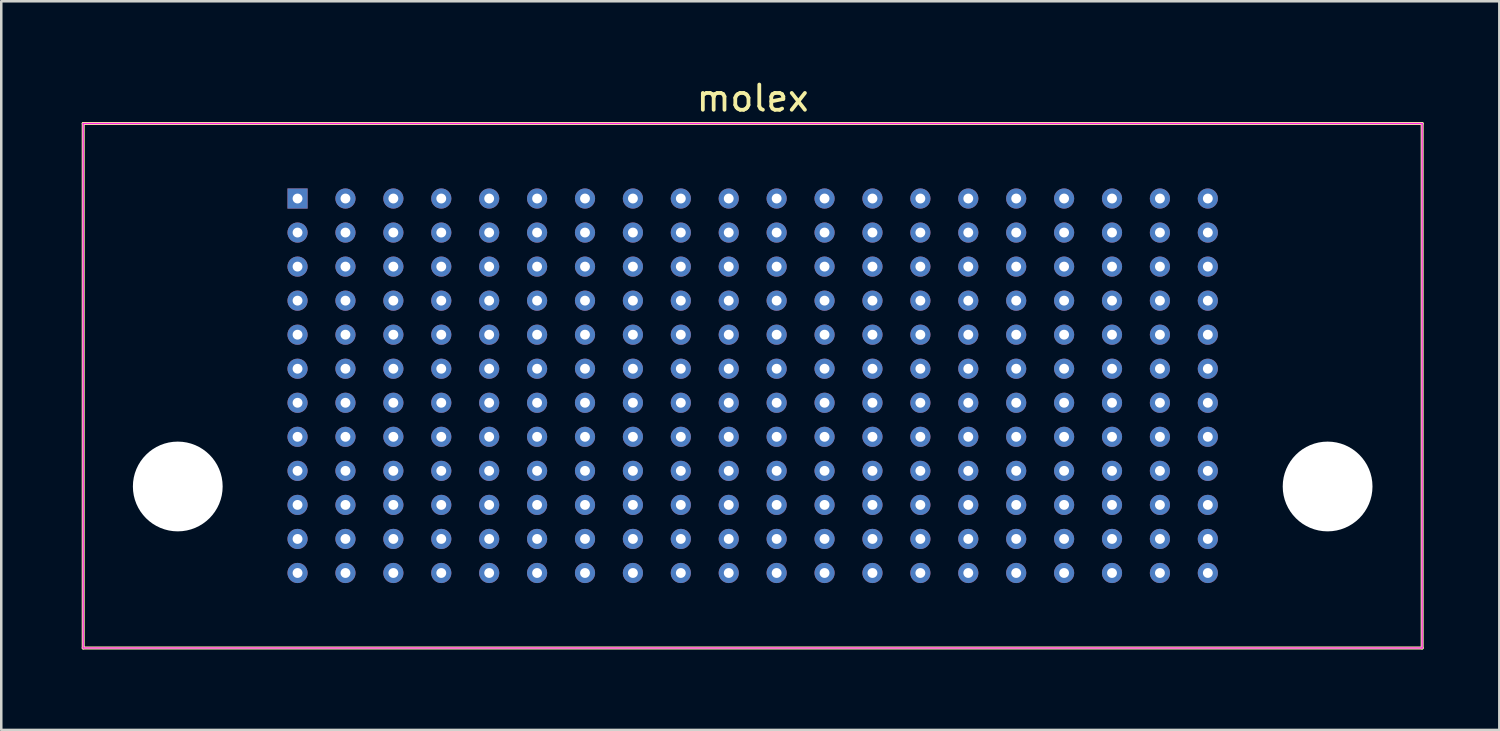
<source format=kicad_pcb>
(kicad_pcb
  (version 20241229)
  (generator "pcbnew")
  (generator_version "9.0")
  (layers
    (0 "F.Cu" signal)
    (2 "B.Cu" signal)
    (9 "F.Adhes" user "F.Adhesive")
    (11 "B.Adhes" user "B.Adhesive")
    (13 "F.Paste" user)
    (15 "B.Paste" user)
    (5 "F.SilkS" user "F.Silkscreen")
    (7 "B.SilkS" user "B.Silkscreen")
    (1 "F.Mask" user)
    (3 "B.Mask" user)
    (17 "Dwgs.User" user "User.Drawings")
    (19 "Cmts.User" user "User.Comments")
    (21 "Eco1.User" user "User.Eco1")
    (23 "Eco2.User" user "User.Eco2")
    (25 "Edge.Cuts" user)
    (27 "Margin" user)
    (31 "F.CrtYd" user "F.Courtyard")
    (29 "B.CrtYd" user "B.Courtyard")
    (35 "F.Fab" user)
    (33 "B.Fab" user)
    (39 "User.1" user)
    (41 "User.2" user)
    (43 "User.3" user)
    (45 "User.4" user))
  (footprint "molex"
    (layer "F.Cu")
    (at 0.25 22.648)
    (property "Reference" "molex" (at 26.55 -21.8 0) (layer "F.SilkS") (effects (font (size 1 1) (thickness 0.15))))
    (attr through_hole)
    (fp_line (start 0 -20.8) (end 53.1 -20.8) (stroke (width 0.12) (type solid)) (layer "F.SilkS"))
    (fp_line (start 0 0) (end 0 -20.8) (stroke (width 0.12) (type solid)) (layer "F.SilkS"))
    (fp_line (start 53.1 -20.8) (end 53.1 0) (stroke (width 0.12) (type solid)) (layer "F.SilkS"))
    (fp_line (start 53.1 0) (end 0 0) (stroke (width 0.12) (type solid)) (layer "F.SilkS"))
    (fp_line (start 0 -20.8) (end 53.1 -20.8) (stroke (width 0.05) (type solid)) (layer "F.CrtYd"))
    (fp_line (start 0 0) (end 0 -20.8) (stroke (width 0.05) (type solid)) (layer "F.CrtYd"))
    (fp_line (start 53.1 -20.8) (end 53.1 0) (stroke (width 0.05) (type solid)) (layer "F.CrtYd"))
    (fp_line (start 53.1 0) (end 0 0) (stroke (width 0.05) (type solid)) (layer "F.CrtYd"))
    (pad "" np_thru_hole circle (at 3.75 -6.405) (size 3.56 3.56) (drill 3.56) (layers "*.Cu" "*.Mask"))
    (pad "" np_thru_hole circle (at 49.35 -6.405) (size 3.56 3.56) (drill 3.56) (layers "*.Cu" "*.Mask"))
    (pad "1" thru_hole rect (at 8.5 -17.825) (size 0.8 0.8) (drill 0.39) (layers "*.Cu" "*.Mask"))
    (pad "2" thru_hole circle (at 8.5 -16.475) (size 0.8 0.8) (drill 0.39) (layers "*.Cu" "*.Mask"))
    (pad "3" thru_hole circle (at 8.5 -15.125) (size 0.8 0.8) (drill 0.39) (layers "*.Cu" "*.Mask"))
    (pad "4" thru_hole circle (at 8.5 -13.775) (size 0.8 0.8) (drill 0.39) (layers "*.Cu" "*.Mask"))
    (pad "5" thru_hole circle (at 8.5 -12.425) (size 0.8 0.8) (drill 0.39) (layers "*.Cu" "*.Mask"))
    (pad "6" thru_hole circle (at 8.5 -11.075) (size 0.8 0.8) (drill 0.39) (layers "*.Cu" "*.Mask"))
    (pad "7" thru_hole circle (at 8.5 -9.725) (size 0.8 0.8) (drill 0.39) (layers "*.Cu" "*.Mask"))
    (pad "8" thru_hole circle (at 8.5 -8.375) (size 0.8 0.8) (drill 0.39) (layers "*.Cu" "*.Mask"))
    (pad "9" thru_hole circle (at 8.5 -7.025) (size 0.8 0.8) (drill 0.39) (layers "*.Cu" "*.Mask"))
    (pad "10" thru_hole circle (at 8.5 -5.675) (size 0.8 0.8) (drill 0.39) (layers "*.Cu" "*.Mask"))
    (pad "11" thru_hole circle (at 8.5 -4.325) (size 0.8 0.8) (drill 0.39) (layers "*.Cu" "*.Mask"))
    (pad "12" thru_hole circle (at 8.5 -2.975) (size 0.8 0.8) (drill 0.39) (layers "*.Cu" "*.Mask"))
    (pad "13" thru_hole circle (at 10.4 -17.825) (size 0.8 0.8) (drill 0.39) (layers "*.Cu" "*.Mask"))
    (pad "14" thru_hole circle (at 10.4 -16.475) (size 0.8 0.8) (drill 0.39) (layers "*.Cu" "*.Mask"))
    (pad "15" thru_hole circle (at 10.4 -15.125) (size 0.8 0.8) (drill 0.39) (layers "*.Cu" "*.Mask"))
    (pad "16" thru_hole circle (at 10.4 -13.775) (size 0.8 0.8) (drill 0.39) (layers "*.Cu" "*.Mask"))
    (pad "17" thru_hole circle (at 10.4 -12.425) (size 0.8 0.8) (drill 0.39) (layers "*.Cu" "*.Mask"))
    (pad "18" thru_hole circle (at 10.4 -11.075) (size 0.8 0.8) (drill 0.39) (layers "*.Cu" "*.Mask"))
    (pad "19" thru_hole circle (at 10.4 -9.725) (size 0.8 0.8) (drill 0.39) (layers "*.Cu" "*.Mask"))
    (pad "20" thru_hole circle (at 10.4 -8.375) (size 0.8 0.8) (drill 0.39) (layers "*.Cu" "*.Mask"))
    (pad "21" thru_hole circle (at 10.4 -7.025) (size 0.8 0.8) (drill 0.39) (layers "*.Cu" "*.Mask"))
    (pad "22" thru_hole circle (at 10.4 -5.675) (size 0.8 0.8) (drill 0.39) (layers "*.Cu" "*.Mask"))
    (pad "23" thru_hole circle (at 10.4 -4.325) (size 0.8 0.8) (drill 0.39) (layers "*.Cu" "*.Mask"))
    (pad "24" thru_hole circle (at 10.4 -2.975) (size 0.8 0.8) (drill 0.39) (layers "*.Cu" "*.Mask"))
    (pad "25" thru_hole circle (at 12.3 -17.825) (size 0.8 0.8) (drill 0.39) (layers "*.Cu" "*.Mask"))
    (pad "26" thru_hole circle (at 12.3 -16.475) (size 0.8 0.8) (drill 0.39) (layers "*.Cu" "*.Mask"))
    (pad "27" thru_hole circle (at 12.3 -15.125) (size 0.8 0.8) (drill 0.39) (layers "*.Cu" "*.Mask"))
    (pad "28" thru_hole circle (at 12.3 -13.775) (size 0.8 0.8) (drill 0.39) (layers "*.Cu" "*.Mask"))
    (pad "29" thru_hole circle (at 12.3 -12.425) (size 0.8 0.8) (drill 0.39) (layers "*.Cu" "*.Mask"))
    (pad "30" thru_hole circle (at 12.3 -11.075) (size 0.8 0.8) (drill 0.39) (layers "*.Cu" "*.Mask"))
    (pad "31" thru_hole circle (at 12.3 -9.725) (size 0.8 0.8) (drill 0.39) (layers "*.Cu" "*.Mask"))
    (pad "32" thru_hole circle (at 12.3 -8.375) (size 0.8 0.8) (drill 0.39) (layers "*.Cu" "*.Mask"))
    (pad "33" thru_hole circle (at 12.3 -7.025) (size 0.8 0.8) (drill 0.39) (layers "*.Cu" "*.Mask"))
    (pad "34" thru_hole circle (at 12.3 -5.675) (size 0.8 0.8) (drill 0.39) (layers "*.Cu" "*.Mask"))
    (pad "35" thru_hole circle (at 12.3 -4.325) (size 0.8 0.8) (drill 0.39) (layers "*.Cu" "*.Mask"))
    (pad "36" thru_hole circle (at 12.3 -2.975) (size 0.8 0.8) (drill 0.39) (layers "*.Cu" "*.Mask"))
    (pad "37" thru_hole circle (at 14.2 -17.825) (size 0.8 0.8) (drill 0.39) (layers "*.Cu" "*.Mask"))
    (pad "38" thru_hole circle (at 14.2 -16.475) (size 0.8 0.8) (drill 0.39) (layers "*.Cu" "*.Mask"))
    (pad "39" thru_hole circle (at 14.2 -15.125) (size 0.8 0.8) (drill 0.39) (layers "*.Cu" "*.Mask"))
    (pad "40" thru_hole circle (at 14.2 -13.775) (size 0.8 0.8) (drill 0.39) (layers "*.Cu" "*.Mask"))
    (pad "41" thru_hole circle (at 14.2 -12.425) (size 0.8 0.8) (drill 0.39) (layers "*.Cu" "*.Mask"))
    (pad "42" thru_hole circle (at 14.2 -11.075) (size 0.8 0.8) (drill 0.39) (layers "*.Cu" "*.Mask"))
    (pad "43" thru_hole circle (at 14.2 -9.725) (size 0.8 0.8) (drill 0.39) (layers "*.Cu" "*.Mask"))
    (pad "44" thru_hole circle (at 14.2 -8.375) (size 0.8 0.8) (drill 0.39) (layers "*.Cu" "*.Mask"))
    (pad "45" thru_hole circle (at 14.2 -7.025) (size 0.8 0.8) (drill 0.39) (layers "*.Cu" "*.Mask"))
    (pad "46" thru_hole circle (at 14.2 -5.675) (size 0.8 0.8) (drill 0.39) (layers "*.Cu" "*.Mask"))
    (pad "47" thru_hole circle (at 14.2 -4.325) (size 0.8 0.8) (drill 0.39) (layers "*.Cu" "*.Mask"))
    (pad "48" thru_hole circle (at 14.2 -2.975) (size 0.8 0.8) (drill 0.39) (layers "*.Cu" "*.Mask"))
    (pad "49" thru_hole circle (at 16.1 -17.825) (size 0.8 0.8) (drill 0.39) (layers "*.Cu" "*.Mask"))
    (pad "50" thru_hole circle (at 16.1 -16.475) (size 0.8 0.8) (drill 0.39) (layers "*.Cu" "*.Mask"))
    (pad "51" thru_hole circle (at 16.1 -15.125) (size 0.8 0.8) (drill 0.39) (layers "*.Cu" "*.Mask"))
    (pad "52" thru_hole circle (at 16.1 -13.775) (size 0.8 0.8) (drill 0.39) (layers "*.Cu" "*.Mask"))
    (pad "53" thru_hole circle (at 16.1 -12.425) (size 0.8 0.8) (drill 0.39) (layers "*.Cu" "*.Mask"))
    (pad "54" thru_hole circle (at 16.1 -11.075) (size 0.8 0.8) (drill 0.39) (layers "*.Cu" "*.Mask"))
    (pad "55" thru_hole circle (at 16.1 -9.725) (size 0.8 0.8) (drill 0.39) (layers "*.Cu" "*.Mask"))
    (pad "56" thru_hole circle (at 16.1 -8.375) (size 0.8 0.8) (drill 0.39) (layers "*.Cu" "*.Mask"))
    (pad "57" thru_hole circle (at 16.1 -7.025) (size 0.8 0.8) (drill 0.39) (layers "*.Cu" "*.Mask"))
    (pad "58" thru_hole circle (at 16.1 -5.675) (size 0.8 0.8) (drill 0.39) (layers "*.Cu" "*.Mask"))
    (pad "59" thru_hole circle (at 16.1 -4.325) (size 0.8 0.8) (drill 0.39) (layers "*.Cu" "*.Mask"))
    (pad "60" thru_hole circle (at 16.1 -2.975) (size 0.8 0.8) (drill 0.39) (layers "*.Cu" "*.Mask"))
    (pad "61" thru_hole circle (at 18 -17.825) (size 0.8 0.8) (drill 0.39) (layers "*.Cu" "*.Mask"))
    (pad "62" thru_hole circle (at 18 -16.475) (size 0.8 0.8) (drill 0.39) (layers "*.Cu" "*.Mask"))
    (pad "63" thru_hole circle (at 18 -15.125) (size 0.8 0.8) (drill 0.39) (layers "*.Cu" "*.Mask"))
    (pad "64" thru_hole circle (at 18 -13.775) (size 0.8 0.8) (drill 0.39) (layers "*.Cu" "*.Mask"))
    (pad "65" thru_hole circle (at 18 -12.425) (size 0.8 0.8) (drill 0.39) (layers "*.Cu" "*.Mask"))
    (pad "66" thru_hole circle (at 18 -11.075) (size 0.8 0.8) (drill 0.39) (layers "*.Cu" "*.Mask"))
    (pad "67" thru_hole circle (at 18 -9.725) (size 0.8 0.8) (drill 0.39) (layers "*.Cu" "*.Mask"))
    (pad "68" thru_hole circle (at 18 -8.375) (size 0.8 0.8) (drill 0.39) (layers "*.Cu" "*.Mask"))
    (pad "69" thru_hole circle (at 18 -7.025) (size 0.8 0.8) (drill 0.39) (layers "*.Cu" "*.Mask"))
    (pad "70" thru_hole circle (at 18 -5.675) (size 0.8 0.8) (drill 0.39) (layers "*.Cu" "*.Mask"))
    (pad "71" thru_hole circle (at 18 -4.325) (size 0.8 0.8) (drill 0.39) (layers "*.Cu" "*.Mask"))
    (pad "72" thru_hole circle (at 18 -2.975) (size 0.8 0.8) (drill 0.39) (layers "*.Cu" "*.Mask"))
    (pad "73" thru_hole circle (at 19.9 -17.825) (size 0.8 0.8) (drill 0.39) (layers "*.Cu" "*.Mask"))
    (pad "74" thru_hole circle (at 19.9 -16.475) (size 0.8 0.8) (drill 0.39) (layers "*.Cu" "*.Mask"))
    (pad "75" thru_hole circle (at 19.9 -15.125) (size 0.8 0.8) (drill 0.39) (layers "*.Cu" "*.Mask"))
    (pad "76" thru_hole circle (at 19.9 -13.775) (size 0.8 0.8) (drill 0.39) (layers "*.Cu" "*.Mask"))
    (pad "77" thru_hole circle (at 19.9 -12.425) (size 0.8 0.8) (drill 0.39) (layers "*.Cu" "*.Mask"))
    (pad "78" thru_hole circle (at 19.9 -11.075) (size 0.8 0.8) (drill 0.39) (layers "*.Cu" "*.Mask"))
    (pad "79" thru_hole circle (at 19.9 -9.725) (size 0.8 0.8) (drill 0.39) (layers "*.Cu" "*.Mask"))
    (pad "80" thru_hole circle (at 19.9 -8.375) (size 0.8 0.8) (drill 0.39) (layers "*.Cu" "*.Mask"))
    (pad "81" thru_hole circle (at 19.9 -7.025) (size 0.8 0.8) (drill 0.39) (layers "*.Cu" "*.Mask"))
    (pad "82" thru_hole circle (at 19.9 -5.675) (size 0.8 0.8) (drill 0.39) (layers "*.Cu" "*.Mask"))
    (pad "83" thru_hole circle (at 19.9 -4.325) (size 0.8 0.8) (drill 0.39) (layers "*.Cu" "*.Mask"))
    (pad "84" thru_hole circle (at 19.9 -2.975) (size 0.8 0.8) (drill 0.39) (layers "*.Cu" "*.Mask"))
    (pad "85" thru_hole circle (at 21.8 -17.825) (size 0.8 0.8) (drill 0.39) (layers "*.Cu" "*.Mask"))
    (pad "86" thru_hole circle (at 21.8 -16.475) (size 0.8 0.8) (drill 0.39) (layers "*.Cu" "*.Mask"))
    (pad "87" thru_hole circle (at 21.8 -15.125) (size 0.8 0.8) (drill 0.39) (layers "*.Cu" "*.Mask"))
    (pad "88" thru_hole circle (at 21.8 -13.775) (size 0.8 0.8) (drill 0.39) (layers "*.Cu" "*.Mask"))
    (pad "89" thru_hole circle (at 21.8 -12.425) (size 0.8 0.8) (drill 0.39) (layers "*.Cu" "*.Mask"))
    (pad "90" thru_hole circle (at 21.8 -11.075) (size 0.8 0.8) (drill 0.39) (layers "*.Cu" "*.Mask"))
    (pad "91" thru_hole circle (at 21.8 -9.725) (size 0.8 0.8) (drill 0.39) (layers "*.Cu" "*.Mask"))
    (pad "92" thru_hole circle (at 21.8 -8.375) (size 0.8 0.8) (drill 0.39) (layers "*.Cu" "*.Mask"))
    (pad "93" thru_hole circle (at 21.8 -7.025) (size 0.8 0.8) (drill 0.39) (layers "*.Cu" "*.Mask"))
    (pad "94" thru_hole circle (at 21.8 -5.675) (size 0.8 0.8) (drill 0.39) (layers "*.Cu" "*.Mask"))
    (pad "95" thru_hole circle (at 21.8 -4.325) (size 0.8 0.8) (drill 0.39) (layers "*.Cu" "*.Mask"))
    (pad "96" thru_hole circle (at 21.8 -2.975) (size 0.8 0.8) (drill 0.39) (layers "*.Cu" "*.Mask"))
    (pad "97" thru_hole circle (at 23.7 -17.825) (size 0.8 0.8) (drill 0.39) (layers "*.Cu" "*.Mask"))
    (pad "98" thru_hole circle (at 23.7 -16.475) (size 0.8 0.8) (drill 0.39) (layers "*.Cu" "*.Mask"))
    (pad "99" thru_hole circle (at 23.7 -15.125) (size 0.8 0.8) (drill 0.39) (layers "*.Cu" "*.Mask"))
    (pad "100" thru_hole circle (at 23.7 -13.775) (size 0.8 0.8) (drill 0.39) (layers "*.Cu" "*.Mask"))
    (pad "101" thru_hole circle (at 23.7 -12.425) (size 0.8 0.8) (drill 0.39) (layers "*.Cu" "*.Mask"))
    (pad "102" thru_hole circle (at 23.7 -11.075) (size 0.8 0.8) (drill 0.39) (layers "*.Cu" "*.Mask"))
    (pad "103" thru_hole circle (at 23.7 -9.725) (size 0.8 0.8) (drill 0.39) (layers "*.Cu" "*.Mask"))
    (pad "104" thru_hole circle (at 23.7 -8.375) (size 0.8 0.8) (drill 0.39) (layers "*.Cu" "*.Mask"))
    (pad "105" thru_hole circle (at 23.7 -7.025) (size 0.8 0.8) (drill 0.39) (layers "*.Cu" "*.Mask"))
    (pad "106" thru_hole circle (at 23.7 -5.675) (size 0.8 0.8) (drill 0.39) (layers "*.Cu" "*.Mask"))
    (pad "107" thru_hole circle (at 23.7 -4.325) (size 0.8 0.8) (drill 0.39) (layers "*.Cu" "*.Mask"))
    (pad "108" thru_hole circle (at 23.7 -2.975) (size 0.8 0.8) (drill 0.39) (layers "*.Cu" "*.Mask"))
    (pad "109" thru_hole circle (at 25.6 -17.825) (size 0.8 0.8) (drill 0.39) (layers "*.Cu" "*.Mask"))
    (pad "110" thru_hole circle (at 25.6 -16.475) (size 0.8 0.8) (drill 0.39) (layers "*.Cu" "*.Mask"))
    (pad "111" thru_hole circle (at 25.6 -15.125) (size 0.8 0.8) (drill 0.39) (layers "*.Cu" "*.Mask"))
    (pad "112" thru_hole circle (at 25.6 -13.775) (size 0.8 0.8) (drill 0.39) (layers "*.Cu" "*.Mask"))
    (pad "113" thru_hole circle (at 25.6 -12.425) (size 0.8 0.8) (drill 0.39) (layers "*.Cu" "*.Mask"))
    (pad "114" thru_hole circle (at 25.6 -11.075) (size 0.8 0.8) (drill 0.39) (layers "*.Cu" "*.Mask"))
    (pad "115" thru_hole circle (at 25.6 -9.725) (size 0.8 0.8) (drill 0.39) (layers "*.Cu" "*.Mask"))
    (pad "116" thru_hole circle (at 25.6 -8.375) (size 0.8 0.8) (drill 0.39) (layers "*.Cu" "*.Mask"))
    (pad "117" thru_hole circle (at 25.6 -7.025) (size 0.8 0.8) (drill 0.39) (layers "*.Cu" "*.Mask"))
    (pad "118" thru_hole circle (at 25.6 -5.675) (size 0.8 0.8) (drill 0.39) (layers "*.Cu" "*.Mask"))
    (pad "119" thru_hole circle (at 25.6 -4.325) (size 0.8 0.8) (drill 0.39) (layers "*.Cu" "*.Mask"))
    (pad "120" thru_hole circle (at 25.6 -2.975) (size 0.8 0.8) (drill 0.39) (layers "*.Cu" "*.Mask"))
    (pad "121" thru_hole circle (at 27.5 -17.825) (size 0.8 0.8) (drill 0.39) (layers "*.Cu" "*.Mask"))
    (pad "122" thru_hole circle (at 27.5 -16.475) (size 0.8 0.8) (drill 0.39) (layers "*.Cu" "*.Mask"))
    (pad "123" thru_hole circle (at 27.5 -15.125) (size 0.8 0.8) (drill 0.39) (layers "*.Cu" "*.Mask"))
    (pad "124" thru_hole circle (at 27.5 -13.775) (size 0.8 0.8) (drill 0.39) (layers "*.Cu" "*.Mask"))
    (pad "125" thru_hole circle (at 27.5 -12.425) (size 0.8 0.8) (drill 0.39) (layers "*.Cu" "*.Mask"))
    (pad "126" thru_hole circle (at 27.5 -11.075) (size 0.8 0.8) (drill 0.39) (layers "*.Cu" "*.Mask"))
    (pad "127" thru_hole circle (at 27.5 -9.725) (size 0.8 0.8) (drill 0.39) (layers "*.Cu" "*.Mask"))
    (pad "128" thru_hole circle (at 27.5 -8.375) (size 0.8 0.8) (drill 0.39) (layers "*.Cu" "*.Mask"))
    (pad "129" thru_hole circle (at 27.5 -7.025) (size 0.8 0.8) (drill 0.39) (layers "*.Cu" "*.Mask"))
    (pad "130" thru_hole circle (at 27.5 -5.675) (size 0.8 0.8) (drill 0.39) (layers "*.Cu" "*.Mask"))
    (pad "131" thru_hole circle (at 27.5 -4.325) (size 0.8 0.8) (drill 0.39) (layers "*.Cu" "*.Mask"))
    (pad "132" thru_hole circle (at 27.5 -2.975) (size 0.8 0.8) (drill 0.39) (layers "*.Cu" "*.Mask"))
    (pad "133" thru_hole circle (at 29.4 -17.825) (size 0.8 0.8) (drill 0.39) (layers "*.Cu" "*.Mask"))
    (pad "134" thru_hole circle (at 29.4 -16.475) (size 0.8 0.8) (drill 0.39) (layers "*.Cu" "*.Mask"))
    (pad "135" thru_hole circle (at 29.4 -15.125) (size 0.8 0.8) (drill 0.39) (layers "*.Cu" "*.Mask"))
    (pad "136" thru_hole circle (at 29.4 -13.775) (size 0.8 0.8) (drill 0.39) (layers "*.Cu" "*.Mask"))
    (pad "137" thru_hole circle (at 29.4 -12.425) (size 0.8 0.8) (drill 0.39) (layers "*.Cu" "*.Mask"))
    (pad "138" thru_hole circle (at 29.4 -11.075) (size 0.8 0.8) (drill 0.39) (layers "*.Cu" "*.Mask"))
    (pad "139" thru_hole circle (at 29.4 -9.725) (size 0.8 0.8) (drill 0.39) (layers "*.Cu" "*.Mask"))
    (pad "140" thru_hole circle (at 29.4 -8.375) (size 0.8 0.8) (drill 0.39) (layers "*.Cu" "*.Mask"))
    (pad "141" thru_hole circle (at 29.4 -7.025) (size 0.8 0.8) (drill 0.39) (layers "*.Cu" "*.Mask"))
    (pad "142" thru_hole circle (at 29.4 -5.675) (size 0.8 0.8) (drill 0.39) (layers "*.Cu" "*.Mask"))
    (pad "143" thru_hole circle (at 29.4 -4.325) (size 0.8 0.8) (drill 0.39) (layers "*.Cu" "*.Mask"))
    (pad "144" thru_hole circle (at 29.4 -2.975) (size 0.8 0.8) (drill 0.39) (layers "*.Cu" "*.Mask"))
    (pad "145" thru_hole circle (at 31.3 -17.825) (size 0.8 0.8) (drill 0.39) (layers "*.Cu" "*.Mask"))
    (pad "146" thru_hole circle (at 31.3 -16.475) (size 0.8 0.8) (drill 0.39) (layers "*.Cu" "*.Mask"))
    (pad "147" thru_hole circle (at 31.3 -15.125) (size 0.8 0.8) (drill 0.39) (layers "*.Cu" "*.Mask"))
    (pad "148" thru_hole circle (at 31.3 -13.775) (size 0.8 0.8) (drill 0.39) (layers "*.Cu" "*.Mask"))
    (pad "149" thru_hole circle (at 31.3 -12.425) (size 0.8 0.8) (drill 0.39) (layers "*.Cu" "*.Mask"))
    (pad "150" thru_hole circle (at 31.3 -11.075) (size 0.8 0.8) (drill 0.39) (layers "*.Cu" "*.Mask"))
    (pad "151" thru_hole circle (at 31.3 -9.725) (size 0.8 0.8) (drill 0.39) (layers "*.Cu" "*.Mask"))
    (pad "152" thru_hole circle (at 31.3 -8.375) (size 0.8 0.8) (drill 0.39) (layers "*.Cu" "*.Mask"))
    (pad "153" thru_hole circle (at 31.3 -7.025) (size 0.8 0.8) (drill 0.39) (layers "*.Cu" "*.Mask"))
    (pad "154" thru_hole circle (at 31.3 -5.675) (size 0.8 0.8) (drill 0.39) (layers "*.Cu" "*.Mask"))
    (pad "155" thru_hole circle (at 31.3 -4.325) (size 0.8 0.8) (drill 0.39) (layers "*.Cu" "*.Mask"))
    (pad "156" thru_hole circle (at 31.3 -2.975) (size 0.8 0.8) (drill 0.39) (layers "*.Cu" "*.Mask"))
    (pad "157" thru_hole circle (at 33.2 -17.825) (size 0.8 0.8) (drill 0.39) (layers "*.Cu" "*.Mask"))
    (pad "158" thru_hole circle (at 33.2 -16.475) (size 0.8 0.8) (drill 0.39) (layers "*.Cu" "*.Mask"))
    (pad "159" thru_hole circle (at 33.2 -15.125) (size 0.8 0.8) (drill 0.39) (layers "*.Cu" "*.Mask"))
    (pad "160" thru_hole circle (at 33.2 -13.775) (size 0.8 0.8) (drill 0.39) (layers "*.Cu" "*.Mask"))
    (pad "161" thru_hole circle (at 33.2 -12.425) (size 0.8 0.8) (drill 0.39) (layers "*.Cu" "*.Mask"))
    (pad "162" thru_hole circle (at 33.2 -11.075) (size 0.8 0.8) (drill 0.39) (layers "*.Cu" "*.Mask"))
    (pad "163" thru_hole circle (at 33.2 -9.725) (size 0.8 0.8) (drill 0.39) (layers "*.Cu" "*.Mask"))
    (pad "164" thru_hole circle (at 33.2 -8.375) (size 0.8 0.8) (drill 0.39) (layers "*.Cu" "*.Mask"))
    (pad "165" thru_hole circle (at 33.2 -7.025) (size 0.8 0.8) (drill 0.39) (layers "*.Cu" "*.Mask"))
    (pad "166" thru_hole circle (at 33.2 -5.675) (size 0.8 0.8) (drill 0.39) (layers "*.Cu" "*.Mask"))
    (pad "167" thru_hole circle (at 33.2 -4.325) (size 0.8 0.8) (drill 0.39) (layers "*.Cu" "*.Mask"))
    (pad "168" thru_hole circle (at 33.2 -2.975) (size 0.8 0.8) (drill 0.39) (layers "*.Cu" "*.Mask"))
    (pad "169" thru_hole circle (at 35.1 -17.825) (size 0.8 0.8) (drill 0.39) (layers "*.Cu" "*.Mask"))
    (pad "170" thru_hole circle (at 35.1 -16.475) (size 0.8 0.8) (drill 0.39) (layers "*.Cu" "*.Mask"))
    (pad "171" thru_hole circle (at 35.1 -15.125) (size 0.8 0.8) (drill 0.39) (layers "*.Cu" "*.Mask"))
    (pad "172" thru_hole circle (at 35.1 -13.775) (size 0.8 0.8) (drill 0.39) (layers "*.Cu" "*.Mask"))
    (pad "173" thru_hole circle (at 35.1 -12.425) (size 0.8 0.8) (drill 0.39) (layers "*.Cu" "*.Mask"))
    (pad "174" thru_hole circle (at 35.1 -11.075) (size 0.8 0.8) (drill 0.39) (layers "*.Cu" "*.Mask"))
    (pad "175" thru_hole circle (at 35.1 -9.725) (size 0.8 0.8) (drill 0.39) (layers "*.Cu" "*.Mask"))
    (pad "176" thru_hole circle (at 35.1 -8.375) (size 0.8 0.8) (drill 0.39) (layers "*.Cu" "*.Mask"))
    (pad "177" thru_hole circle (at 35.1 -7.025) (size 0.8 0.8) (drill 0.39) (layers "*.Cu" "*.Mask"))
    (pad "178" thru_hole circle (at 35.1 -5.675) (size 0.8 0.8) (drill 0.39) (layers "*.Cu" "*.Mask"))
    (pad "179" thru_hole circle (at 35.1 -4.325) (size 0.8 0.8) (drill 0.39) (layers "*.Cu" "*.Mask"))
    (pad "180" thru_hole circle (at 35.1 -2.975) (size 0.8 0.8) (drill 0.39) (layers "*.Cu" "*.Mask"))
    (pad "181" thru_hole circle (at 37 -17.825) (size 0.8 0.8) (drill 0.39) (layers "*.Cu" "*.Mask"))
    (pad "182" thru_hole circle (at 37 -16.475) (size 0.8 0.8) (drill 0.39) (layers "*.Cu" "*.Mask"))
    (pad "183" thru_hole circle (at 37 -15.125) (size 0.8 0.8) (drill 0.39) (layers "*.Cu" "*.Mask"))
    (pad "184" thru_hole circle (at 37 -13.775) (size 0.8 0.8) (drill 0.39) (layers "*.Cu" "*.Mask"))
    (pad "185" thru_hole circle (at 37 -12.425) (size 0.8 0.8) (drill 0.39) (layers "*.Cu" "*.Mask"))
    (pad "186" thru_hole circle (at 37 -11.075) (size 0.8 0.8) (drill 0.39) (layers "*.Cu" "*.Mask"))
    (pad "187" thru_hole circle (at 37 -9.725) (size 0.8 0.8) (drill 0.39) (layers "*.Cu" "*.Mask"))
    (pad "188" thru_hole circle (at 37 -8.375) (size 0.8 0.8) (drill 0.39) (layers "*.Cu" "*.Mask"))
    (pad "189" thru_hole circle (at 37 -7.025) (size 0.8 0.8) (drill 0.39) (layers "*.Cu" "*.Mask"))
    (pad "190" thru_hole circle (at 37 -5.675) (size 0.8 0.8) (drill 0.39) (layers "*.Cu" "*.Mask"))
    (pad "191" thru_hole circle (at 37 -4.325) (size 0.8 0.8) (drill 0.39) (layers "*.Cu" "*.Mask"))
    (pad "192" thru_hole circle (at 37 -2.975) (size 0.8 0.8) (drill 0.39) (layers "*.Cu" "*.Mask"))
    (pad "193" thru_hole circle (at 38.9 -17.825) (size 0.8 0.8) (drill 0.39) (layers "*.Cu" "*.Mask"))
    (pad "194" thru_hole circle (at 38.9 -16.475) (size 0.8 0.8) (drill 0.39) (layers "*.Cu" "*.Mask"))
    (pad "195" thru_hole circle (at 38.9 -15.125) (size 0.8 0.8) (drill 0.39) (layers "*.Cu" "*.Mask"))
    (pad "196" thru_hole circle (at 38.9 -13.775) (size 0.8 0.8) (drill 0.39) (layers "*.Cu" "*.Mask"))
    (pad "197" thru_hole circle (at 38.9 -12.425) (size 0.8 0.8) (drill 0.39) (layers "*.Cu" "*.Mask"))
    (pad "198" thru_hole circle (at 38.9 -11.075) (size 0.8 0.8) (drill 0.39) (layers "*.Cu" "*.Mask"))
    (pad "199" thru_hole circle (at 38.9 -9.725) (size 0.8 0.8) (drill 0.39) (layers "*.Cu" "*.Mask"))
    (pad "200" thru_hole circle (at 38.9 -8.375) (size 0.8 0.8) (drill 0.39) (layers "*.Cu" "*.Mask"))
    (pad "201" thru_hole circle (at 38.9 -7.025) (size 0.8 0.8) (drill 0.39) (layers "*.Cu" "*.Mask"))
    (pad "202" thru_hole circle (at 38.9 -5.675) (size 0.8 0.8) (drill 0.39) (layers "*.Cu" "*.Mask"))
    (pad "203" thru_hole circle (at 38.9 -4.325) (size 0.8 0.8) (drill 0.39) (layers "*.Cu" "*.Mask"))
    (pad "204" thru_hole circle (at 38.9 -2.975) (size 0.8 0.8) (drill 0.39) (layers "*.Cu" "*.Mask"))
    (pad "205" thru_hole circle (at 40.8 -17.825) (size 0.8 0.8) (drill 0.39) (layers "*.Cu" "*.Mask"))
    (pad "206" thru_hole circle (at 40.8 -16.475) (size 0.8 0.8) (drill 0.39) (layers "*.Cu" "*.Mask"))
    (pad "207" thru_hole circle (at 40.8 -15.125) (size 0.8 0.8) (drill 0.39) (layers "*.Cu" "*.Mask"))
    (pad "208" thru_hole circle (at 40.8 -13.775) (size 0.8 0.8) (drill 0.39) (layers "*.Cu" "*.Mask"))
    (pad "209" thru_hole circle (at 40.8 -12.425) (size 0.8 0.8) (drill 0.39) (layers "*.Cu" "*.Mask"))
    (pad "210" thru_hole circle (at 40.8 -11.075) (size 0.8 0.8) (drill 0.39) (layers "*.Cu" "*.Mask"))
    (pad "211" thru_hole circle (at 40.8 -9.725) (size 0.8 0.8) (drill 0.39) (layers "*.Cu" "*.Mask"))
    (pad "212" thru_hole circle (at 40.8 -8.375) (size 0.8 0.8) (drill 0.39) (layers "*.Cu" "*.Mask"))
    (pad "213" thru_hole circle (at 40.8 -7.025) (size 0.8 0.8) (drill 0.39) (layers "*.Cu" "*.Mask"))
    (pad "214" thru_hole circle (at 40.8 -5.675) (size 0.8 0.8) (drill 0.39) (layers "*.Cu" "*.Mask"))
    (pad "215" thru_hole circle (at 40.8 -4.325) (size 0.8 0.8) (drill 0.39) (layers "*.Cu" "*.Mask"))
    (pad "216" thru_hole circle (at 40.8 -2.975) (size 0.8 0.8) (drill 0.39) (layers "*.Cu" "*.Mask"))
    (pad "217" thru_hole circle (at 42.7 -17.825) (size 0.8 0.8) (drill 0.39) (layers "*.Cu" "*.Mask"))
    (pad "218" thru_hole circle (at 42.7 -16.475) (size 0.8 0.8) (drill 0.39) (layers "*.Cu" "*.Mask"))
    (pad "219" thru_hole circle (at 42.7 -15.125) (size 0.8 0.8) (drill 0.39) (layers "*.Cu" "*.Mask"))
    (pad "220" thru_hole circle (at 42.7 -13.775) (size 0.8 0.8) (drill 0.39) (layers "*.Cu" "*.Mask"))
    (pad "221" thru_hole circle (at 42.7 -12.425) (size 0.8 0.8) (drill 0.39) (layers "*.Cu" "*.Mask"))
    (pad "222" thru_hole circle (at 42.7 -11.075) (size 0.8 0.8) (drill 0.39) (layers "*.Cu" "*.Mask"))
    (pad "223" thru_hole circle (at 42.7 -9.725) (size 0.8 0.8) (drill 0.39) (layers "*.Cu" "*.Mask"))
    (pad "224" thru_hole circle (at 42.7 -8.375) (size 0.8 0.8) (drill 0.39) (layers "*.Cu" "*.Mask"))
    (pad "225" thru_hole circle (at 42.7 -7.025) (size 0.8 0.8) (drill 0.39) (layers "*.Cu" "*.Mask"))
    (pad "226" thru_hole circle (at 42.7 -5.675) (size 0.8 0.8) (drill 0.39) (layers "*.Cu" "*.Mask"))
    (pad "227" thru_hole circle (at 42.7 -4.325) (size 0.8 0.8) (drill 0.39) (layers "*.Cu" "*.Mask"))
    (pad "228" thru_hole circle (at 42.7 -2.975) (size 0.8 0.8) (drill 0.39) (layers "*.Cu" "*.Mask"))
    (pad "229" thru_hole circle (at 44.6 -17.825) (size 0.8 0.8) (drill 0.39) (layers "*.Cu" "*.Mask"))
    (pad "230" thru_hole circle (at 44.6 -16.475) (size 0.8 0.8) (drill 0.39) (layers "*.Cu" "*.Mask"))
    (pad "231" thru_hole circle (at 44.6 -15.125) (size 0.8 0.8) (drill 0.39) (layers "*.Cu" "*.Mask"))
    (pad "232" thru_hole circle (at 44.6 -13.775) (size 0.8 0.8) (drill 0.39) (layers "*.Cu" "*.Mask"))
    (pad "233" thru_hole circle (at 44.6 -12.425) (size 0.8 0.8) (drill 0.39) (layers "*.Cu" "*.Mask"))
    (pad "234" thru_hole circle (at 44.6 -11.075) (size 0.8 0.8) (drill 0.39) (layers "*.Cu" "*.Mask"))
    (pad "235" thru_hole circle (at 44.6 -9.725) (size 0.8 0.8) (drill 0.39) (layers "*.Cu" "*.Mask"))
    (pad "236" thru_hole circle (at 44.6 -8.375) (size 0.8 0.8) (drill 0.39) (layers "*.Cu" "*.Mask"))
    (pad "237" thru_hole circle (at 44.6 -7.025) (size 0.8 0.8) (drill 0.39) (layers "*.Cu" "*.Mask"))
    (pad "238" thru_hole circle (at 44.6 -5.675) (size 0.8 0.8) (drill 0.39) (layers "*.Cu" "*.Mask"))
    (pad "239" thru_hole circle (at 44.6 -4.325) (size 0.8 0.8) (drill 0.39) (layers "*.Cu" "*.Mask"))
    (pad "240" thru_hole circle (at 44.6 -2.975) (size 0.8 0.8) (drill 0.39) (layers "*.Cu" "*.Mask")))
  (gr_rect
    (start -3 -3)
    (end 56.41 25.898)
    (stroke (width 0.1) (type default))
    (fill no)
    (layer "Edge.Cuts")))
</source>
